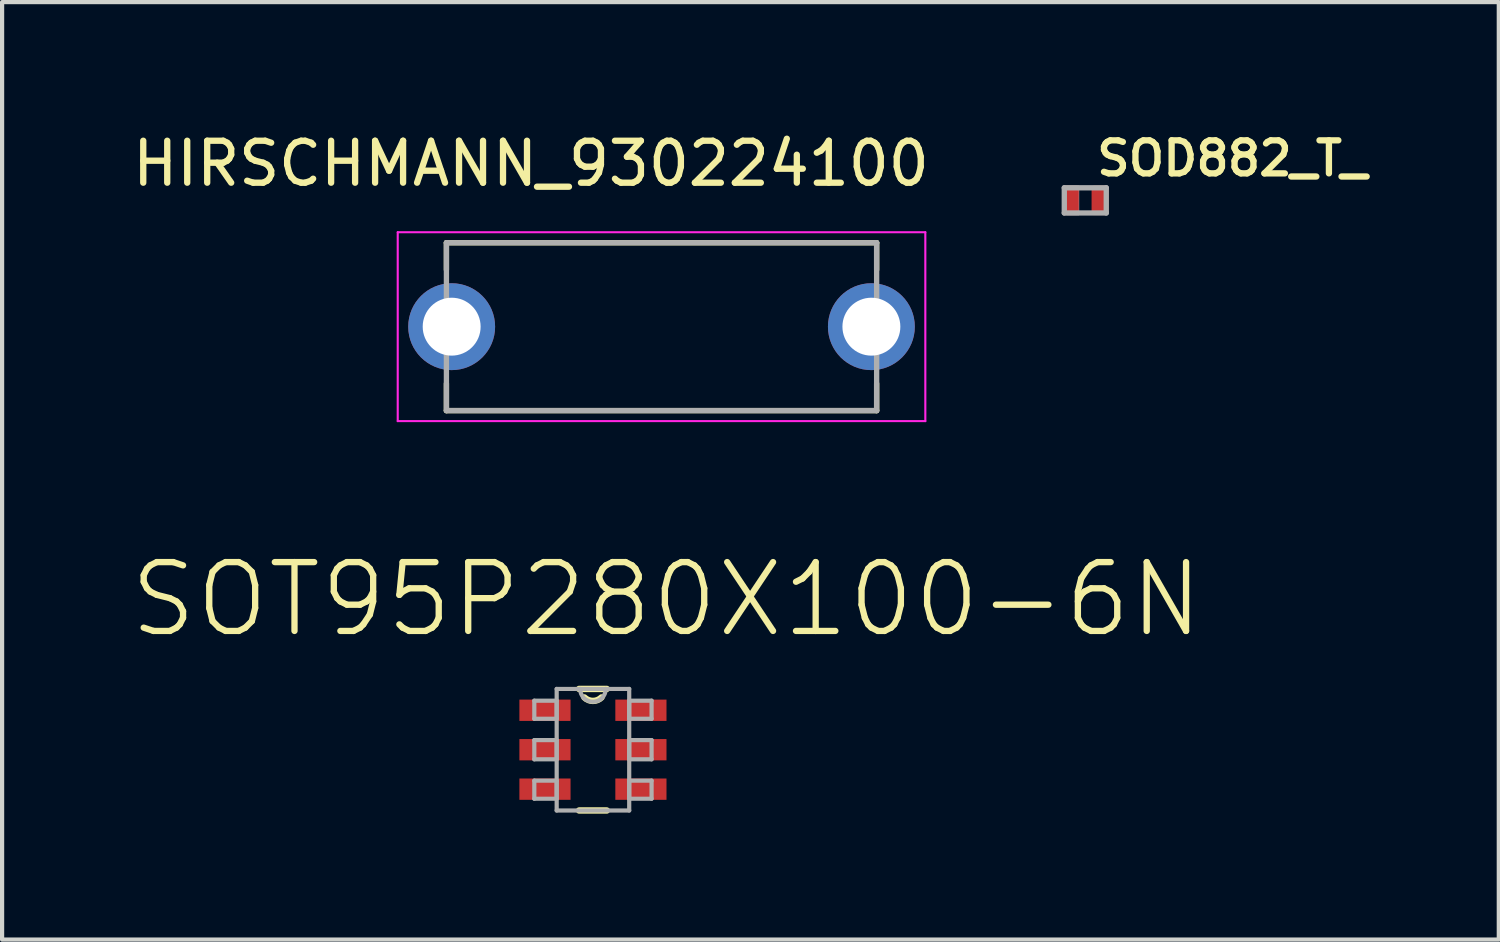
<source format=kicad_pcb>
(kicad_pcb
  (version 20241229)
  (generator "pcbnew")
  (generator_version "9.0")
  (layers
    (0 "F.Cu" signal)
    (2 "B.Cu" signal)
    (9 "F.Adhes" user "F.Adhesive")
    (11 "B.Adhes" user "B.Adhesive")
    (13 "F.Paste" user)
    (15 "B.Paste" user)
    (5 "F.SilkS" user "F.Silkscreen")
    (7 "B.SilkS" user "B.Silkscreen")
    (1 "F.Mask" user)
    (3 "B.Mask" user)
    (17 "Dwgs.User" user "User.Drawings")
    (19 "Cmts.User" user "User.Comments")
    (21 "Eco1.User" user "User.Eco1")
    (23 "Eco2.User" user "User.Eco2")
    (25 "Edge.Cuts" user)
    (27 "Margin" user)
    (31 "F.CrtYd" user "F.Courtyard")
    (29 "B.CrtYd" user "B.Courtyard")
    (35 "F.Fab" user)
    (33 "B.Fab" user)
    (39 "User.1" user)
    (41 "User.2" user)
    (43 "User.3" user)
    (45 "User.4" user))
  (footprint "SOT95P280X100-6N"
    (layer "F.Cu")
    (at 11.077 14.812)
    (property "Reference" "SOT95P280X100-6N" (at 1.753 -3.581 0) (layer "F.SilkS") (effects (font (size 1.64 1.64) (thickness 0.15))))
    (attr smd)
    (fp_line (start -0.33 1.448) (end 0.33 1.448) (stroke (width 0.152) (type solid)) (layer "F.SilkS"))
    (fp_line (start 0.33 -1.448) (end -0.33 -1.448) (stroke (width 0.152) (type solid)) (layer "F.SilkS"))
    (fp_arc (start 0.2032 -1.2446) (mid 0 -1.162502) (end -0.2032 -1.2446) (stroke (width 0.1524) (type solid)) (layer "F.SilkS"))
    (fp_line (start -1.397 -1.168) (end -1.397 -0.737) (stroke (width 0.1) (type solid)) (layer "F.Fab"))
    (fp_line (start -1.397 -0.737) (end -0.864 -0.737) (stroke (width 0.1) (type solid)) (layer "F.Fab"))
    (fp_line (start -1.397 -0.229) (end -1.397 0.229) (stroke (width 0.1) (type solid)) (layer "F.Fab"))
    (fp_line (start -1.397 0.229) (end -0.864 0.229) (stroke (width 0.1) (type solid)) (layer "F.Fab"))
    (fp_line (start -1.397 0.737) (end -1.397 1.168) (stroke (width 0.1) (type solid)) (layer "F.Fab"))
    (fp_line (start -1.397 1.168) (end -0.864 1.168) (stroke (width 0.1) (type solid)) (layer "F.Fab"))
    (fp_line (start -0.864 -1.448) (end -0.864 1.448) (stroke (width 0.1) (type solid)) (layer "F.Fab"))
    (fp_line (start -0.864 -1.168) (end -1.397 -1.168) (stroke (width 0.1) (type solid)) (layer "F.Fab"))
    (fp_line (start -0.864 -0.737) (end -0.864 -1.168) (stroke (width 0.1) (type solid)) (layer "F.Fab"))
    (fp_line (start -0.864 -0.229) (end -1.397 -0.229) (stroke (width 0.1) (type solid)) (layer "F.Fab"))
    (fp_line (start -0.864 0.229) (end -0.864 -0.229) (stroke (width 0.1) (type solid)) (layer "F.Fab"))
    (fp_line (start -0.864 0.737) (end -1.397 0.737) (stroke (width 0.1) (type solid)) (layer "F.Fab"))
    (fp_line (start -0.864 1.168) (end -0.864 0.737) (stroke (width 0.1) (type solid)) (layer "F.Fab"))
    (fp_line (start -0.864 1.448) (end 0.864 1.448) (stroke (width 0.1) (type solid)) (layer "F.Fab"))
    (fp_line (start -0.305 -1.448) (end -0.864 -1.448) (stroke (width 0.1) (type solid)) (layer "F.Fab"))
    (fp_line (start 0.305 -1.448) (end -0.305 -1.448) (stroke (width 0.1) (type solid)) (layer "F.Fab"))
    (fp_line (start 0.864 -1.448) (end 0.305 -1.448) (stroke (width 0.1) (type solid)) (layer "F.Fab"))
    (fp_line (start 0.864 -1.168) (end 0.864 -0.737) (stroke (width 0.1) (type solid)) (layer "F.Fab"))
    (fp_line (start 0.864 -0.737) (end 1.397 -0.737) (stroke (width 0.1) (type solid)) (layer "F.Fab"))
    (fp_line (start 0.864 -0.229) (end 0.864 0.229) (stroke (width 0.1) (type solid)) (layer "F.Fab"))
    (fp_line (start 0.864 0.229) (end 1.397 0.229) (stroke (width 0.1) (type solid)) (layer "F.Fab"))
    (fp_line (start 0.864 0.737) (end 0.864 1.168) (stroke (width 0.1) (type solid)) (layer "F.Fab"))
    (fp_line (start 0.864 1.168) (end 1.397 1.168) (stroke (width 0.1) (type solid)) (layer "F.Fab"))
    (fp_line (start 0.864 1.448) (end 0.864 -1.448) (stroke (width 0.1) (type solid)) (layer "F.Fab"))
    (fp_line (start 1.397 -1.168) (end 0.864 -1.168) (stroke (width 0.1) (type solid)) (layer "F.Fab"))
    (fp_line (start 1.397 -0.737) (end 1.397 -1.168) (stroke (width 0.1) (type solid)) (layer "F.Fab"))
    (fp_line (start 1.397 -0.229) (end 0.864 -0.229) (stroke (width 0.1) (type solid)) (layer "F.Fab"))
    (fp_line (start 1.397 0.229) (end 1.397 -0.229) (stroke (width 0.1) (type solid)) (layer "F.Fab"))
    (fp_line (start 1.397 0.737) (end 0.864 0.737) (stroke (width 0.1) (type solid)) (layer "F.Fab"))
    (fp_line (start 1.397 1.168) (end 1.397 0.737) (stroke (width 0.1) (type solid)) (layer "F.Fab"))
    (fp_arc (start 0.3048 -1.4478) (mid 0 -1.143) (end -0.3048 -1.4478) (stroke (width 0.1) (type solid)) (layer "F.Fab"))
    (pad "1" smd rect (at -1.143 -0.94) (size 1.219 0.508) (layers "F.Cu" "F.Mask" "F.Paste"))
    (pad "2" smd rect (at -1.143 0) (size 1.219 0.508) (layers "F.Cu" "F.Mask" "F.Paste"))
    (pad "3" smd rect (at -1.143 0.94) (size 1.219 0.508) (layers "F.Cu" "F.Mask" "F.Paste"))
    (pad "4" smd rect (at 1.143 0.94) (size 1.219 0.508) (layers "F.Cu" "F.Mask" "F.Paste"))
    (pad "5" smd rect (at 1.143 0) (size 1.219 0.508) (layers "F.Cu" "F.Mask" "F.Paste"))
    (pad "6" smd rect (at 1.143 -0.94) (size 1.219 0.508) (layers "F.Cu" "F.Mask" "F.Paste")))
  (footprint "HIRSCHMANN_930224100"
    (layer "F.Cu")
    (at 12.711 4.733)
    (property "Reference" "HIRSCHMANN_930224100" (at -3.11 -3.885 0) (layer "F.SilkS") (effects (font (size 1 1) (thickness 0.15))))
    (attr through_hole)
    (fp_line (start -5.125 -2) (end 5.125 -2) (stroke (width 0.127) (type solid)) (layer "F.SilkS"))
    (fp_line (start -5.125 -1.355) (end -5.125 -2) (stroke (width 0.127) (type solid)) (layer "F.SilkS"))
    (fp_line (start -5.125 2) (end -5.125 1.355) (stroke (width 0.127) (type solid)) (layer "F.SilkS"))
    (fp_line (start 5.125 -2) (end 5.125 -1.355) (stroke (width 0.127) (type solid)) (layer "F.SilkS"))
    (fp_line (start 5.125 2) (end -5.125 2) (stroke (width 0.127) (type solid)) (layer "F.SilkS"))
    (fp_line (start 5.125 2) (end 5.125 1.355) (stroke (width 0.127) (type solid)) (layer "F.SilkS"))
    (fp_line (start -6.285 -2.25) (end -6.285 2.25) (stroke (width 0.05) (type solid)) (layer "F.CrtYd"))
    (fp_line (start -6.285 2.25) (end 6.285 2.25) (stroke (width 0.05) (type solid)) (layer "F.CrtYd"))
    (fp_line (start 6.285 -2.25) (end -6.285 -2.25) (stroke (width 0.05) (type solid)) (layer "F.CrtYd"))
    (fp_line (start 6.285 2.25) (end 6.285 -2.25) (stroke (width 0.05) (type solid)) (layer "F.CrtYd"))
    (fp_line (start -5.125 -2) (end 5.125 -2) (stroke (width 0.127) (type solid)) (layer "F.Fab"))
    (fp_line (start -5.125 2) (end -5.125 -2) (stroke (width 0.127) (type solid)) (layer "F.Fab"))
    (fp_line (start 5.125 -2) (end 5.125 2) (stroke (width 0.127) (type solid)) (layer "F.Fab"))
    (fp_line (start 5.125 2) (end -5.125 2) (stroke (width 0.127) (type solid)) (layer "F.Fab"))
    (pad "1_1" thru_hole circle (at -5 0) (size 2.07 2.07) (drill 1.38) (layers "*.Cu" "*.Mask"))
    (pad "1_2" thru_hole circle (at 5 0) (size 2.07 2.07) (drill 1.38) (layers "*.Cu" "*.Mask")))
  (footprint "SOD882_T_"
    (layer "F.Cu")
    (at 22.807 1.724)
    (property "Reference" "SOD882_T_" (at 3.5 -1 0) (layer "F.SilkS") (effects (font (size 0.787 0.787) (thickness 0.15))))
    (attr smd)
    (fp_poly (pts (xy -0.6 -0.4) (xy -0.1 -0.4) (xy -0.1 0.4) (xy -0.6 0.4)) (stroke (width 0.01) (type solid)) (fill yes) (layer "F.Mask"))
    (fp_poly (pts (xy 0.1 -0.4) (xy 0.6 -0.4) (xy 0.6 0.4) (xy 0.1 0.4)) (stroke (width 0.01) (type solid)) (fill yes) (layer "F.Mask"))
    (fp_poly (pts (xy -0.5 -0.3) (xy -0.2 -0.3) (xy -0.2 0.3) (xy -0.5 0.3)) (stroke (width 0.01) (type solid)) (fill yes) (layer "F.Paste"))
    (fp_poly (pts (xy 0.2 -0.3) (xy 0.5 -0.3) (xy 0.5 0.3) (xy 0.2 0.3)) (stroke (width 0.01) (type solid)) (fill yes) (layer "F.Paste"))
    (fp_line (start -0.5 -0.3) (end 0.5 -0.3) (stroke (width 0.127) (type solid)) (layer "F.Fab"))
    (fp_line (start -0.5 0.3) (end -0.5 -0.3) (stroke (width 0.127) (type solid)) (layer "F.Fab"))
    (fp_line (start 0.5 -0.3) (end 0.5 0.3) (stroke (width 0.127) (type solid)) (layer "F.Fab"))
    (fp_line (start 0.5 0.3) (end -0.5 0.3) (stroke (width 0.127) (type solid)) (layer "F.Fab"))
    (fp_poly (pts (xy -0.45 -0.35) (xy -0.15 -0.35) (xy -0.15 0.35) (xy -0.45 0.35)) (stroke (width 0.01) (type solid)) (fill no) (layer "F.Fab"))
    (pad "1" smd roundrect (at -0.35 0) (size 0.4 0.7) (layers "F.Cu") (roundrect_rratio 0.125))
    (pad "2" smd roundrect (at 0.35 0) (size 0.4 0.7) (layers "F.Cu") (roundrect_rratio 0.125)))
  (gr_rect
    (start -3 -3)
    (end 32.659 19.336)
    (stroke (width 0.1) (type default))
    (fill no)
    (layer "Edge.Cuts")))
</source>
